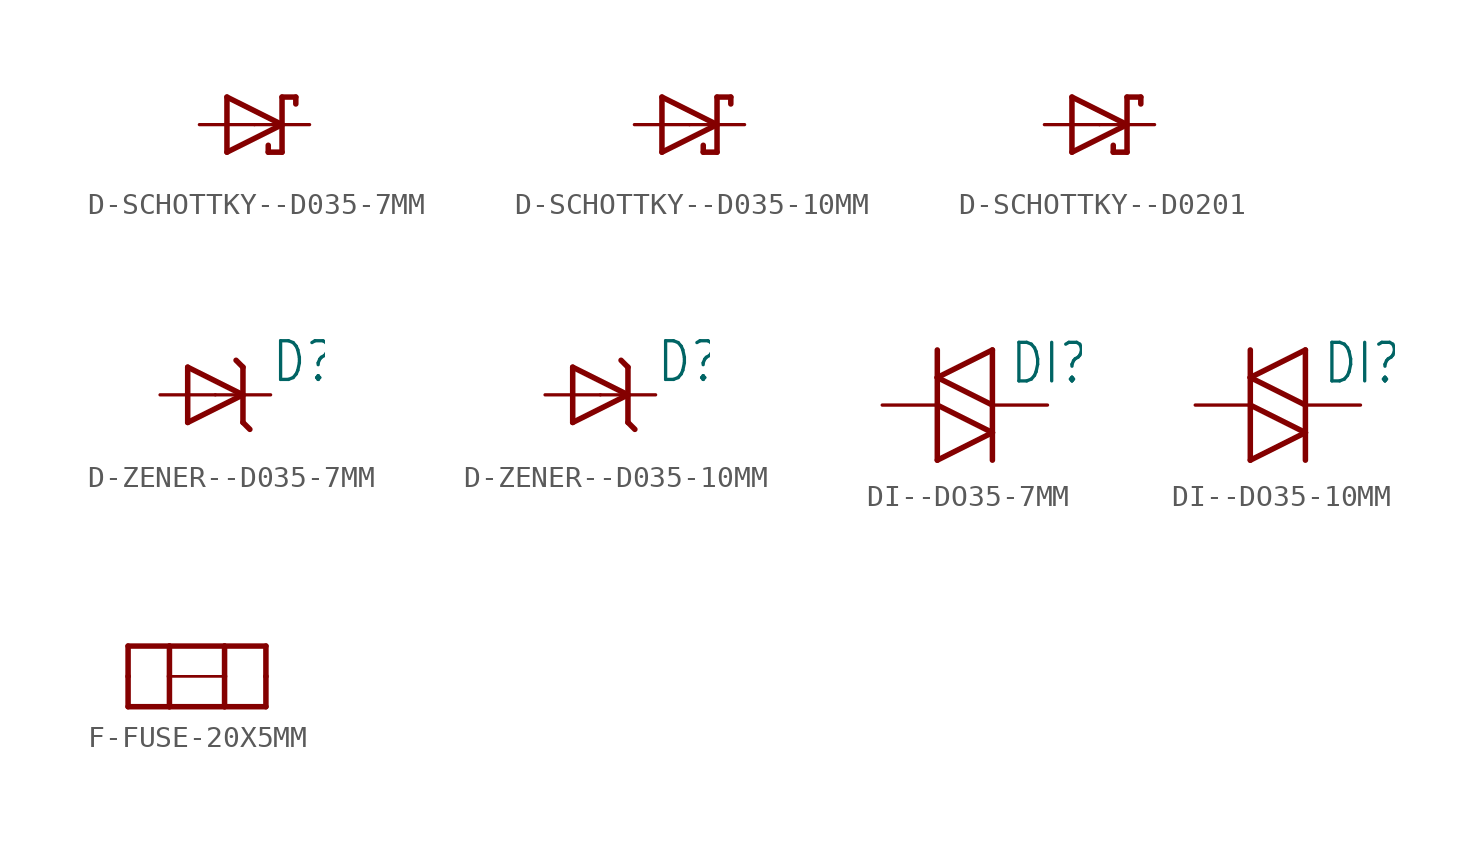
<source format=kicad_sym>
(kicad_symbol_lib
  (version 20231120)
  (generator "kicad_symbol_editor")
  (generator_version "8.0")
  (symbol "D-SCHOTTKY--D035-7MM"
    (property "Reference" ""
      (at 2.54 0.483 0)
      (effects (font (size 1.778 1.511)) (justify left bottom) (hide yes)))
    (property "Value" ""
      (at 2.54 -2.311 0)
      (effects (font (size 1.778 1.511)) (justify left bottom)))
    (property "ki_locked" ""
      (at 0 0 0)
      (effects (font (size 1.27 1.27))))
    (symbol "D-SCHOTTKY--D035-7MM_1_0"
      (polyline (pts (xy -1.27 -1.27) (xy 1.27 0)) (stroke (width 0.254) (type solid)) (fill (type none)))
      (polyline (pts (xy -1.27 1.27) (xy -1.27 -1.27)) (stroke (width 0.254) (type solid)) (fill (type none)))
      (polyline (pts (xy 0.635 -1.27) (xy 0.635 -0.953)) (stroke (width 0.254) (type solid)) (fill (type none)))
      (polyline (pts (xy 1.27 -1.27) (xy 0.635 -1.27)) (stroke (width 0.254) (type solid)) (fill (type none)))
      (polyline (pts (xy 1.27 0) (xy -1.27 1.27)) (stroke (width 0.254) (type solid)) (fill (type none)))
      (polyline (pts (xy 1.27 0) (xy 1.27 -1.27)) (stroke (width 0.254) (type solid)) (fill (type none)))
      (polyline (pts (xy 1.27 1.27) (xy 1.27 0)) (stroke (width 0.254) (type solid)) (fill (type none)))
      (polyline (pts (xy 1.27 1.27) (xy 1.905 1.27)) (stroke (width 0.254) (type solid)) (fill (type none)))
      (polyline (pts (xy 1.905 1.27) (xy 1.905 0.953)) (stroke (width 0.254) (type solid)) (fill (type none)))
      (pin passive line (at -2.54 0 0) (length 2.54) (name "A" (effects (font (size 0 0)))) (number "A" (effects (font (size 0 0)))))
      (pin passive line (at 2.54 0 180) (length 2.54) (name "C" (effects (font (size 0 0)))) (number "C" (effects (font (size 0 0)))))))
  (symbol "D-SCHOTTKY--D035-10MM"
    (property "Reference" ""
      (at 2.54 0.483 0)
      (effects (font (size 1.778 1.511)) (justify left bottom) (hide yes)))
    (property "Value" ""
      (at 2.54 -2.311 0)
      (effects (font (size 1.778 1.511)) (justify left bottom)))
    (property "ki_locked" ""
      (at 0 0 0)
      (effects (font (size 1.27 1.27))))
    (symbol "D-SCHOTTKY--D035-10MM_1_0"
      (polyline (pts (xy -1.27 -1.27) (xy 1.27 0)) (stroke (width 0.254) (type solid)) (fill (type none)))
      (polyline (pts (xy -1.27 1.27) (xy -1.27 -1.27)) (stroke (width 0.254) (type solid)) (fill (type none)))
      (polyline (pts (xy 0.635 -1.27) (xy 0.635 -0.953)) (stroke (width 0.254) (type solid)) (fill (type none)))
      (polyline (pts (xy 1.27 -1.27) (xy 0.635 -1.27)) (stroke (width 0.254) (type solid)) (fill (type none)))
      (polyline (pts (xy 1.27 0) (xy -1.27 1.27)) (stroke (width 0.254) (type solid)) (fill (type none)))
      (polyline (pts (xy 1.27 0) (xy 1.27 -1.27)) (stroke (width 0.254) (type solid)) (fill (type none)))
      (polyline (pts (xy 1.27 1.27) (xy 1.27 0)) (stroke (width 0.254) (type solid)) (fill (type none)))
      (polyline (pts (xy 1.27 1.27) (xy 1.905 1.27)) (stroke (width 0.254) (type solid)) (fill (type none)))
      (polyline (pts (xy 1.905 1.27) (xy 1.905 0.953)) (stroke (width 0.254) (type solid)) (fill (type none)))
      (pin passive line (at -2.54 0 0) (length 2.54) (name "A" (effects (font (size 0 0)))) (number "A" (effects (font (size 0 0)))))
      (pin passive line (at 2.54 0 180) (length 2.54) (name "C" (effects (font (size 0 0)))) (number "C" (effects (font (size 0 0)))))))
  (symbol "D-SCHOTTKY--D0201"
    (property "Reference" ""
      (at 2.54 0.483 0)
      (effects (font (size 1.778 1.511)) (justify left bottom) (hide yes)))
    (property "Value" ""
      (at 2.54 -2.311 0)
      (effects (font (size 1.778 1.511)) (justify left bottom)))
    (property "ki_locked" ""
      (at 0 0 0)
      (effects (font (size 1.27 1.27))))
    (symbol "D-SCHOTTKY--D0201_1_0"
      (polyline (pts (xy -1.27 -1.27) (xy 1.27 0)) (stroke (width 0.254) (type solid)) (fill (type none)))
      (polyline (pts (xy -1.27 1.27) (xy -1.27 -1.27)) (stroke (width 0.254) (type solid)) (fill (type none)))
      (polyline (pts (xy 0.635 -1.27) (xy 0.635 -0.953)) (stroke (width 0.254) (type solid)) (fill (type none)))
      (polyline (pts (xy 1.27 -1.27) (xy 0.635 -1.27)) (stroke (width 0.254) (type solid)) (fill (type none)))
      (polyline (pts (xy 1.27 0) (xy -1.27 1.27)) (stroke (width 0.254) (type solid)) (fill (type none)))
      (polyline (pts (xy 1.27 0) (xy 1.27 -1.27)) (stroke (width 0.254) (type solid)) (fill (type none)))
      (polyline (pts (xy 1.27 1.27) (xy 1.27 0)) (stroke (width 0.254) (type solid)) (fill (type none)))
      (polyline (pts (xy 1.27 1.27) (xy 1.905 1.27)) (stroke (width 0.254) (type solid)) (fill (type none)))
      (polyline (pts (xy 1.905 1.27) (xy 1.905 0.953)) (stroke (width 0.254) (type solid)) (fill (type none)))
      (pin passive line (at -2.54 0 0) (length 2.54) (name "A" (effects (font (size 0 0)))) (number "A" (effects (font (size 0 0)))))
      (pin passive line (at 2.54 0 180) (length 2.54) (name "C" (effects (font (size 0 0)))) (number "C" (effects (font (size 0 0)))))))
  (symbol "D-ZENER--D035-7MM"
    (property "Reference" "D"
      (at 2.54 0.483 0)
      (effects (font (size 1.778 1.511)) (justify left bottom)))
    (property "Value" ""
      (at 2.54 -2.311 0)
      (effects (font (size 1.778 1.511)) (justify left bottom)))
    (property "ki_locked" ""
      (at 0 0 0)
      (effects (font (size 1.27 1.27))))
    (symbol "D-ZENER--D035-7MM_1_0"
      (polyline (pts (xy -1.27 -1.27) (xy 1.27 0)) (stroke (width 0.254) (type solid)) (fill (type none)))
      (polyline (pts (xy -1.27 1.27) (xy -1.27 -1.27)) (stroke (width 0.254) (type solid)) (fill (type none)))
      (polyline (pts (xy 1.27 -1.27) (xy 1.587 -1.587)) (stroke (width 0.254) (type solid)) (fill (type none)))
      (polyline (pts (xy 1.27 0) (xy -1.27 1.27)) (stroke (width 0.254) (type solid)) (fill (type none)))
      (polyline (pts (xy 1.27 0) (xy 1.27 -1.27)) (stroke (width 0.254) (type solid)) (fill (type none)))
      (polyline (pts (xy 1.27 1.27) (xy 0.953 1.587)) (stroke (width 0.254) (type solid)) (fill (type none)))
      (polyline (pts (xy 1.27 1.27) (xy 1.27 0)) (stroke (width 0.254) (type solid)) (fill (type none)))
      (pin passive line (at -2.54 0 0) (length 2.54) (name "A" (effects (font (size 0 0)))) (number "A" (effects (font (size 0 0)))))
      (pin passive line (at 2.54 0 180) (length 2.54) (name "C" (effects (font (size 0 0)))) (number "C" (effects (font (size 0 0)))))))
  (symbol "D-ZENER--D035-10MM"
    (property "Reference" "D"
      (at 2.54 0.483 0)
      (effects (font (size 1.778 1.511)) (justify left bottom)))
    (property "Value" ""
      (at 2.54 -2.311 0)
      (effects (font (size 1.778 1.511)) (justify left bottom)))
    (property "ki_locked" ""
      (at 0 0 0)
      (effects (font (size 1.27 1.27))))
    (symbol "D-ZENER--D035-10MM_1_0"
      (polyline (pts (xy -1.27 -1.27) (xy 1.27 0)) (stroke (width 0.254) (type solid)) (fill (type none)))
      (polyline (pts (xy -1.27 1.27) (xy -1.27 -1.27)) (stroke (width 0.254) (type solid)) (fill (type none)))
      (polyline (pts (xy 1.27 -1.27) (xy 1.587 -1.587)) (stroke (width 0.254) (type solid)) (fill (type none)))
      (polyline (pts (xy 1.27 0) (xy -1.27 1.27)) (stroke (width 0.254) (type solid)) (fill (type none)))
      (polyline (pts (xy 1.27 0) (xy 1.27 -1.27)) (stroke (width 0.254) (type solid)) (fill (type none)))
      (polyline (pts (xy 1.27 1.27) (xy 0.953 1.587)) (stroke (width 0.254) (type solid)) (fill (type none)))
      (polyline (pts (xy 1.27 1.27) (xy 1.27 0)) (stroke (width 0.254) (type solid)) (fill (type none)))
      (pin passive line (at -2.54 0 0) (length 2.54) (name "A" (effects (font (size 0 0)))) (number "A" (effects (font (size 0 0)))))
      (pin passive line (at 2.54 0 180) (length 2.54) (name "C" (effects (font (size 0 0)))) (number "C" (effects (font (size 0 0)))))))
  (symbol "DI--DO35-7MM"
    (property "Reference" "DI"
      (at 0.762 0.889 0)
      (effects (font (size 1.778 1.511)) (justify left bottom)))
    (property "Value" ""
      (at 0.762 -2.667 0)
      (effects (font (size 1.778 1.511)) (justify left bottom)))
    (property "ki_locked" ""
      (at 0 0 0)
      (effects (font (size 1.27 1.27))))
    (symbol "DI--DO35-7MM_1_0"
      (polyline (pts (xy -2.54 -2.54) (xy 0 -1.27)) (stroke (width 0.254) (type solid)) (fill (type none)))
      (polyline (pts (xy -2.54 0) (xy -2.54 -2.54)) (stroke (width 0.254) (type solid)) (fill (type none)))
      (polyline (pts (xy -2.54 1.27) (xy -2.54 0)) (stroke (width 0.254) (type solid)) (fill (type none)))
      (polyline (pts (xy -2.54 1.27) (xy 0 2.54)) (stroke (width 0.254) (type solid)) (fill (type none)))
      (polyline (pts (xy -2.54 2.54) (xy -2.54 1.27)) (stroke (width 0.254) (type solid)) (fill (type none)))
      (polyline (pts (xy 0 -1.27) (xy -2.54 0)) (stroke (width 0.254) (type solid)) (fill (type none)))
      (polyline (pts (xy 0 -1.27) (xy 0 -2.54)) (stroke (width 0.254) (type solid)) (fill (type none)))
      (polyline (pts (xy 0 0) (xy -2.54 1.27)) (stroke (width 0.254) (type solid)) (fill (type none)))
      (polyline (pts (xy 0 0) (xy 0 -1.27)) (stroke (width 0.254) (type solid)) (fill (type none)))
      (polyline (pts (xy 0 2.54) (xy 0 0)) (stroke (width 0.254) (type solid)) (fill (type none)))
      (pin passive line (at -5.08 0 0) (length 2.54) (name "1" (effects (font (size 0 0)))) (number "A" (effects (font (size 0 0)))))
      (pin passive line (at 2.54 0 180) (length 2.54) (name "2" (effects (font (size 0 0)))) (number "C" (effects (font (size 0 0)))))))
  (symbol "DI--DO35-10MM"
    (property "Reference" "DI"
      (at 0.762 0.889 0)
      (effects (font (size 1.778 1.511)) (justify left bottom)))
    (property "Value" ""
      (at 0.762 -2.667 0)
      (effects (font (size 1.778 1.511)) (justify left bottom)))
    (property "ki_locked" ""
      (at 0 0 0)
      (effects (font (size 1.27 1.27))))
    (symbol "DI--DO35-10MM_1_0"
      (polyline (pts (xy -2.54 -2.54) (xy 0 -1.27)) (stroke (width 0.254) (type solid)) (fill (type none)))
      (polyline (pts (xy -2.54 0) (xy -2.54 -2.54)) (stroke (width 0.254) (type solid)) (fill (type none)))
      (polyline (pts (xy -2.54 1.27) (xy -2.54 0)) (stroke (width 0.254) (type solid)) (fill (type none)))
      (polyline (pts (xy -2.54 1.27) (xy 0 2.54)) (stroke (width 0.254) (type solid)) (fill (type none)))
      (polyline (pts (xy -2.54 2.54) (xy -2.54 1.27)) (stroke (width 0.254) (type solid)) (fill (type none)))
      (polyline (pts (xy 0 -1.27) (xy -2.54 0)) (stroke (width 0.254) (type solid)) (fill (type none)))
      (polyline (pts (xy 0 -1.27) (xy 0 -2.54)) (stroke (width 0.254) (type solid)) (fill (type none)))
      (polyline (pts (xy 0 0) (xy -2.54 1.27)) (stroke (width 0.254) (type solid)) (fill (type none)))
      (polyline (pts (xy 0 0) (xy 0 -1.27)) (stroke (width 0.254) (type solid)) (fill (type none)))
      (polyline (pts (xy 0 2.54) (xy 0 0)) (stroke (width 0.254) (type solid)) (fill (type none)))
      (pin passive line (at -5.08 0 0) (length 2.54) (name "1" (effects (font (size 0 0)))) (number "A" (effects (font (size 0 0)))))
      (pin passive line (at 2.54 0 180) (length 2.54) (name "2" (effects (font (size 0 0)))) (number "C" (effects (font (size 0 0)))))))
  (symbol "F-FUSE-20X5MM"
    (property "Reference" "F"
      (at 0 0 0)
      (effects (font (size 1.27 1.27)) (hide yes)))
    (property "Value" ""
      (at -2.54 1.905 0)
      (effects (font (size 1.778 1.511)) (justify left bottom)))
    (property "ki_locked" ""
      (at 0 0 0)
      (effects (font (size 1.27 1.27))))
    (symbol "F-FUSE-20X5MM_1_0"
      (polyline (pts (xy -3.175 -1.397) (xy -1.27 -1.397)) (stroke (width 0.254) (type solid)) (fill (type none)))
      (polyline (pts (xy -3.175 0) (xy -3.175 -1.397)) (stroke (width 0.254) (type solid)) (fill (type none)))
      (polyline (pts (xy -3.175 1.397) (xy -3.175 0)) (stroke (width 0.254) (type solid)) (fill (type none)))
      (polyline (pts (xy -1.27 -1.397) (xy 1.27 -1.397)) (stroke (width 0.254) (type solid)) (fill (type none)))
      (polyline (pts (xy -1.27 0) (xy -1.27 -1.397)) (stroke (width 0.254) (type solid)) (fill (type none)))
      (polyline (pts (xy -1.27 0) (xy 1.27 0)) (stroke (width 0.127) (type solid)) (fill (type none)))
      (polyline (pts (xy -1.27 1.397) (xy -3.175 1.397)) (stroke (width 0.254) (type solid)) (fill (type none)))
      (polyline (pts (xy -1.27 1.397) (xy -1.27 0)) (stroke (width 0.254) (type solid)) (fill (type none)))
      (polyline (pts (xy 1.27 -1.397) (xy 3.175 -1.397)) (stroke (width 0.254) (type solid)) (fill (type none)))
      (polyline (pts (xy 1.27 0) (xy 1.27 -1.397)) (stroke (width 0.254) (type solid)) (fill (type none)))
      (polyline (pts (xy 1.27 1.397) (xy -1.27 1.397)) (stroke (width 0.254) (type solid)) (fill (type none)))
      (polyline (pts (xy 1.27 1.397) (xy 1.27 0)) (stroke (width 0.254) (type solid)) (fill (type none)))
      (polyline (pts (xy 3.175 -1.397) (xy 3.175 0)) (stroke (width 0.254) (type solid)) (fill (type none)))
      (polyline (pts (xy 3.175 0) (xy 3.175 1.397)) (stroke (width 0.254) (type solid)) (fill (type none)))
      (polyline (pts (xy 3.175 1.397) (xy 1.27 1.397)) (stroke (width 0.254) (type solid)) (fill (type none))))))
</source>
